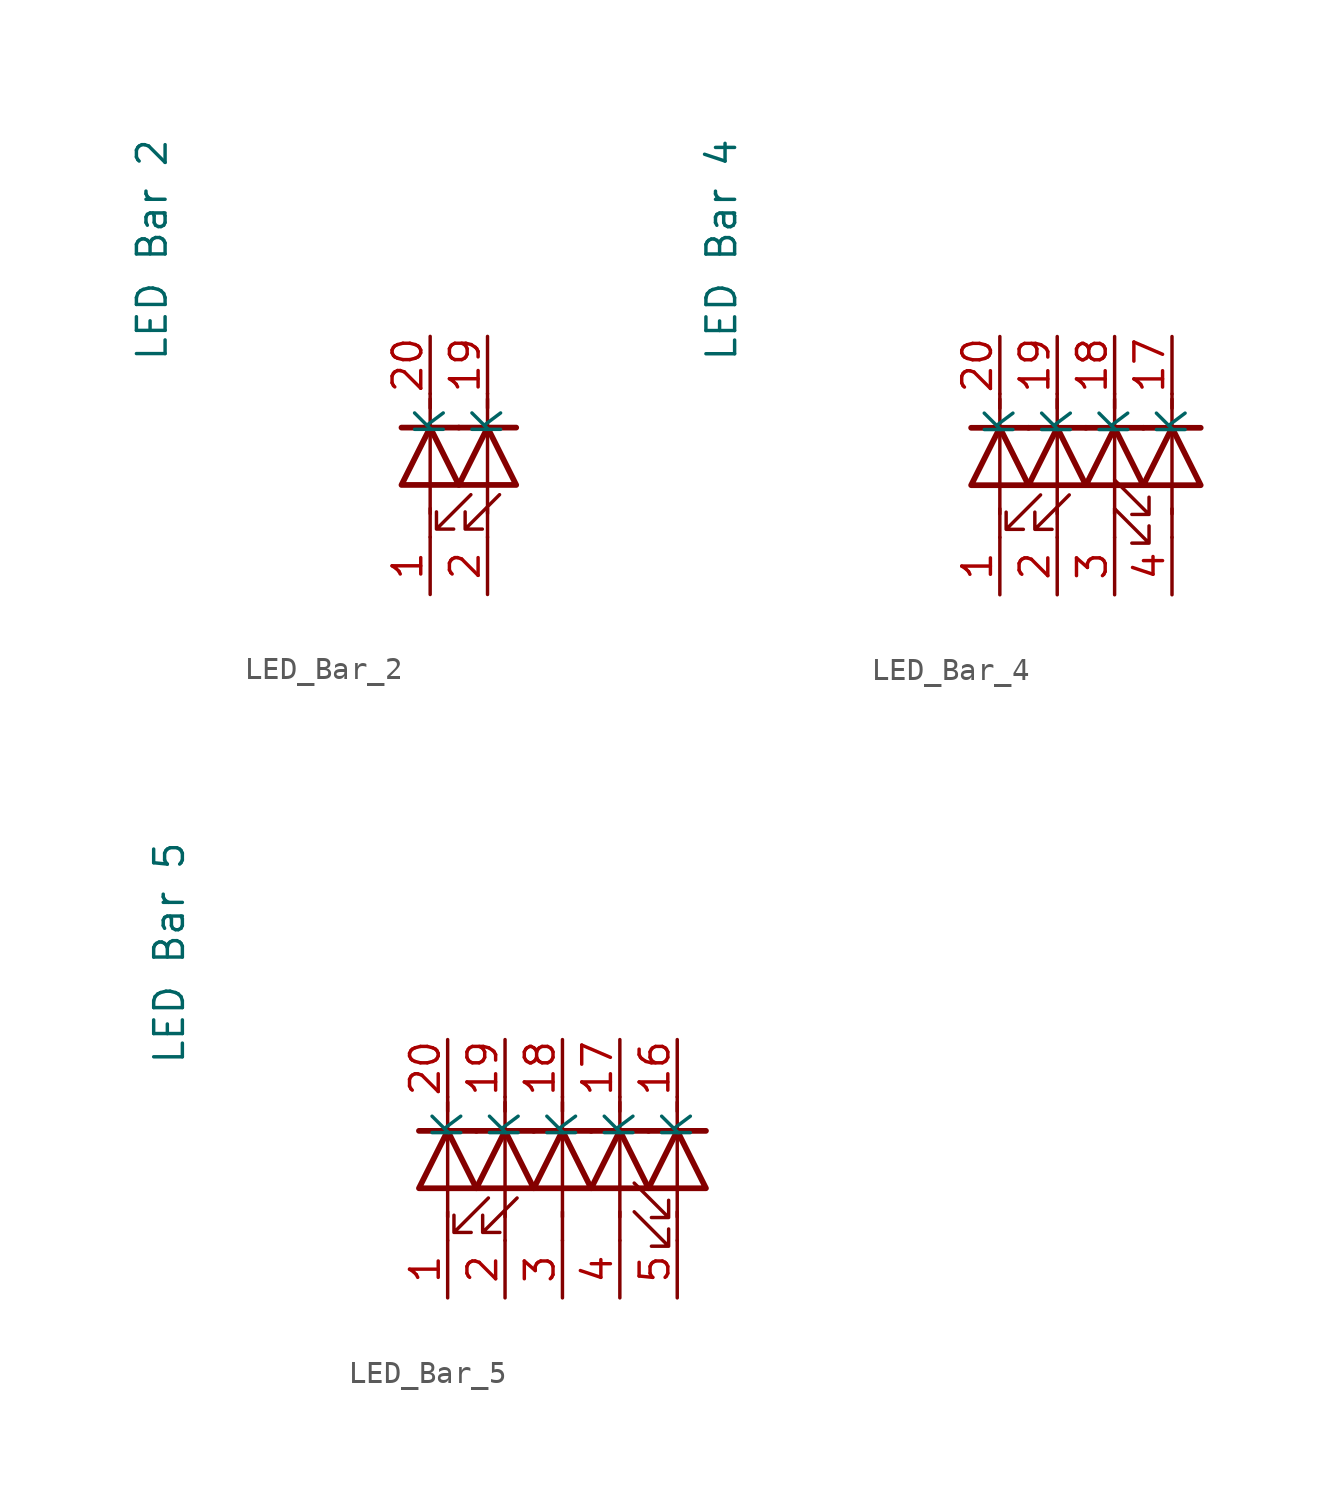
<source format=kicad_sym>
(kicad_symbol_lib
  (version 20220914)
  (generator kicad_symbol_editor)
  (symbol "LED_Bar_2"
    (property "Reference" "BAR"
      (at -23.495 -9.525 0)
      (effects (font (size 1.27 1.27)) hide))
    (property "Value" "LED Bar 2"
      (at -12.319 15.265 90)
      (effects (font (size 1.27 1.27))))
    (symbol "LED_Bar_2_0_1"
      (polyline (pts (xy 0 2.54) (xy 0 3.81)) (stroke (width 0) (type default)) (fill (type none)))
      (polyline (pts (xy 0 3.581) (xy 0 8.661)) (stroke (width 0) (type default)) (fill (type none)))
      (polyline (pts (xy 0 8.89) (xy 0 8.255)) (stroke (width 0) (type default)) (fill (type none)))
      (polyline (pts (xy 1.27 7.391) (xy -1.27 7.391)) (stroke (width 0.254) (type default)) (fill (type none)))
      (polyline (pts (xy 2.54 2.54) (xy 2.54 3.81)) (stroke (width 0) (type default)) (fill (type none)))
      (polyline (pts (xy 2.54 3.581) (xy 2.54 8.661)) (stroke (width 0) (type default)) (fill (type none)))
      (polyline (pts (xy 2.54 8.89) (xy 2.54 8.255)) (stroke (width 0) (type default)) (fill (type none)))
      (polyline (pts (xy 3.81 7.391) (xy 1.27 7.391)) (stroke (width 0.254) (type default)) (fill (type none)))
      (polyline (pts (xy -1.27 4.851) (xy 1.27 4.851) (xy 0 7.391) (xy -1.27 4.851)) (stroke (width 0.254) (type default)) (fill (type none)))
      (polyline (pts (xy 1.27 4.851) (xy 3.81 4.851) (xy 2.54 7.391) (xy 1.27 4.851)) (stroke (width 0.254) (type default)) (fill (type none)))
      (polyline (pts (xy 1.803 4.42) (xy 0.279 2.896) (xy 1.041 2.896) (xy 0.279 2.896) (xy 0.279 3.658)) (stroke (width 0) (type default)) (fill (type none)))
      (polyline (pts (xy 3.073 4.42) (xy 1.549 2.896) (xy 2.311 2.896) (xy 1.549 2.896) (xy 1.549 3.658)) (stroke (width 0) (type default)) (fill (type none))))
    (symbol "LED_Bar_2_1_1"
      (pin passive line (at 0 0 90) (length 2.54) (name "" (effects (font (size 1.27 1.27)))) (number "1" (effects (font (size 1.27 1.27)))))
      (pin passive line (at 2.54 11.43 270) (length 2.54) (name "K" (effects (font (size 1.27 1.27)))) (number "19" (effects (font (size 1.27 1.27)))))
      (pin passive line (at 2.54 0 90) (length 2.54) (name "" (effects (font (size 1.27 1.27)))) (number "2" (effects (font (size 1.27 1.27)))))
      (pin passive line (at 0 11.43 270) (length 2.54) (name "K" (effects (font (size 1.27 1.27)))) (number "20" (effects (font (size 1.27 1.27)))))))
  (symbol "LED_Bar_4"
    (property "Reference" "BAR"
      (at -23.495 -9.525 0)
      (effects (font (size 1.27 1.27)) hide))
    (property "Value" "LED Bar 4"
      (at -12.319 15.265 90)
      (effects (font (size 1.27 1.27))))
    (symbol "LED_Bar_4_0_1"
      (polyline (pts (xy 0 2.54) (xy 0 3.81)) (stroke (width 0) (type default)) (fill (type none)))
      (polyline (pts (xy 0 3.581) (xy 0 8.661)) (stroke (width 0) (type default)) (fill (type none)))
      (polyline (pts (xy 0 8.89) (xy 0 8.255)) (stroke (width 0) (type default)) (fill (type none)))
      (polyline (pts (xy 1.27 7.391) (xy -1.27 7.391)) (stroke (width 0.254) (type default)) (fill (type none)))
      (polyline (pts (xy 2.54 2.54) (xy 2.54 3.81)) (stroke (width 0) (type default)) (fill (type none)))
      (polyline (pts (xy 2.54 3.581) (xy 2.54 8.661)) (stroke (width 0) (type default)) (fill (type none)))
      (polyline (pts (xy 2.54 8.89) (xy 2.54 8.255)) (stroke (width 0) (type default)) (fill (type none)))
      (polyline (pts (xy 3.81 7.391) (xy 1.27 7.391)) (stroke (width 0.254) (type default)) (fill (type none)))
      (polyline (pts (xy 5.08 2.54) (xy 5.08 3.81)) (stroke (width 0) (type default)) (fill (type none)))
      (polyline (pts (xy 5.08 3.581) (xy 5.08 8.661)) (stroke (width 0) (type default)) (fill (type none)))
      (polyline (pts (xy 5.08 8.89) (xy 5.08 8.255)) (stroke (width 0) (type default)) (fill (type none)))
      (polyline (pts (xy 6.35 7.391) (xy 3.81 7.391)) (stroke (width 0.254) (type default)) (fill (type none)))
      (polyline (pts (xy 7.62 2.54) (xy 7.62 3.81)) (stroke (width 0) (type default)) (fill (type none)))
      (polyline (pts (xy 7.62 3.581) (xy 7.62 8.661)) (stroke (width 0) (type default)) (fill (type none)))
      (polyline (pts (xy 7.62 8.89) (xy 7.62 8.255)) (stroke (width 0) (type default)) (fill (type none)))
      (polyline (pts (xy 8.89 7.391) (xy 6.35 7.391)) (stroke (width 0.254) (type default)) (fill (type none)))
      (polyline (pts (xy -1.27 4.851) (xy 1.27 4.851) (xy 0 7.391) (xy -1.27 4.851)) (stroke (width 0.254) (type default)) (fill (type none)))
      (polyline (pts (xy 1.27 4.851) (xy 3.81 4.851) (xy 2.54 7.391) (xy 1.27 4.851)) (stroke (width 0.254) (type default)) (fill (type none)))
      (polyline (pts (xy 3.81 4.851) (xy 6.35 4.851) (xy 5.08 7.391) (xy 3.81 4.851)) (stroke (width 0.254) (type default)) (fill (type none)))
      (polyline (pts (xy 6.35 4.851) (xy 8.89 4.851) (xy 7.62 7.391) (xy 6.35 4.851)) (stroke (width 0.254) (type default)) (fill (type none)))
      (polyline (pts (xy 1.803 4.42) (xy 0.279 2.896) (xy 1.041 2.896) (xy 0.279 2.896) (xy 0.279 3.658)) (stroke (width 0) (type default)) (fill (type none)))
      (polyline (pts (xy 3.073 4.42) (xy 1.549 2.896) (xy 2.311 2.896) (xy 1.549 2.896) (xy 1.549 3.658)) (stroke (width 0) (type default)) (fill (type none)))
      (polyline (pts (xy 5.08 3.81) (xy 6.604 2.286) (xy 6.604 3.048) (xy 6.604 2.286) (xy 5.842 2.286)) (stroke (width 0) (type default)) (fill (type none)))
      (polyline (pts (xy 5.08 5.08) (xy 6.604 3.556) (xy 6.604 4.318) (xy 6.604 3.556) (xy 5.842 3.556)) (stroke (width 0) (type default)) (fill (type none))))
    (symbol "LED_Bar_4_1_1"
      (pin passive line (at 0 0 90) (length 2.54) (name "" (effects (font (size 1.27 1.27)))) (number "1" (effects (font (size 1.27 1.27)))))
      (pin passive line (at 7.62 11.43 270) (length 2.54) (name "K" (effects (font (size 1.27 1.27)))) (number "17" (effects (font (size 1.27 1.27)))))
      (pin passive line (at 5.08 11.43 270) (length 2.54) (name "K" (effects (font (size 1.27 1.27)))) (number "18" (effects (font (size 1.27 1.27)))))
      (pin passive line (at 2.54 11.43 270) (length 2.54) (name "K" (effects (font (size 1.27 1.27)))) (number "19" (effects (font (size 1.27 1.27)))))
      (pin passive line (at 2.54 0 90) (length 2.54) (name "" (effects (font (size 1.27 1.27)))) (number "2" (effects (font (size 1.27 1.27)))))
      (pin passive line (at 0 11.43 270) (length 2.54) (name "K" (effects (font (size 1.27 1.27)))) (number "20" (effects (font (size 1.27 1.27)))))
      (pin passive line (at 5.08 0 90) (length 2.54) (name "" (effects (font (size 1.27 1.27)))) (number "3" (effects (font (size 1.27 1.27)))))
      (pin passive line (at 7.62 0 90) (length 2.54) (name "" (effects (font (size 1.27 1.27)))) (number "4" (effects (font (size 1.27 1.27)))))))
  (symbol "LED_Bar_5"
    (property "Reference" "BAR"
      (at -23.495 -9.525 0)
      (effects (font (size 1.27 1.27)) hide))
    (property "Value" "LED Bar 5"
      (at -12.319 15.265 90)
      (effects (font (size 1.27 1.27))))
    (symbol "LED_Bar_5_0_1"
      (polyline (pts (xy 0 2.54) (xy 0 3.81)) (stroke (width 0) (type default)) (fill (type none)))
      (polyline (pts (xy 0 3.581) (xy 0 8.661)) (stroke (width 0) (type default)) (fill (type none)))
      (polyline (pts (xy 0 8.89) (xy 0 8.255)) (stroke (width 0) (type default)) (fill (type none)))
      (polyline (pts (xy 1.27 7.391) (xy -1.27 7.391)) (stroke (width 0.254) (type default)) (fill (type none)))
      (polyline (pts (xy 2.54 2.54) (xy 2.54 3.81)) (stroke (width 0) (type default)) (fill (type none)))
      (polyline (pts (xy 2.54 3.581) (xy 2.54 8.661)) (stroke (width 0) (type default)) (fill (type none)))
      (polyline (pts (xy 2.54 8.89) (xy 2.54 8.255)) (stroke (width 0) (type default)) (fill (type none)))
      (polyline (pts (xy 3.81 7.391) (xy 1.27 7.391)) (stroke (width 0.254) (type default)) (fill (type none)))
      (polyline (pts (xy 5.08 2.54) (xy 5.08 3.81)) (stroke (width 0) (type default)) (fill (type none)))
      (polyline (pts (xy 5.08 3.581) (xy 5.08 8.661)) (stroke (width 0) (type default)) (fill (type none)))
      (polyline (pts (xy 5.08 8.89) (xy 5.08 8.255)) (stroke (width 0) (type default)) (fill (type none)))
      (polyline (pts (xy 6.35 7.391) (xy 3.81 7.391)) (stroke (width 0.254) (type default)) (fill (type none)))
      (polyline (pts (xy 7.62 2.54) (xy 7.62 3.81)) (stroke (width 0) (type default)) (fill (type none)))
      (polyline (pts (xy 7.62 3.581) (xy 7.62 8.661)) (stroke (width 0) (type default)) (fill (type none)))
      (polyline (pts (xy 7.62 8.89) (xy 7.62 8.255)) (stroke (width 0) (type default)) (fill (type none)))
      (polyline (pts (xy 8.89 7.391) (xy 6.35 7.391)) (stroke (width 0.254) (type default)) (fill (type none)))
      (polyline (pts (xy 10.16 2.54) (xy 10.16 3.81)) (stroke (width 0) (type default)) (fill (type none)))
      (polyline (pts (xy 10.16 3.581) (xy 10.16 8.661)) (stroke (width 0) (type default)) (fill (type none)))
      (polyline (pts (xy 10.16 8.89) (xy 10.16 8.255)) (stroke (width 0) (type default)) (fill (type none)))
      (polyline (pts (xy 11.43 7.391) (xy 8.89 7.391)) (stroke (width 0.254) (type default)) (fill (type none)))
      (polyline (pts (xy -1.27 4.851) (xy 1.27 4.851) (xy 0 7.391) (xy -1.27 4.851)) (stroke (width 0.254) (type default)) (fill (type none)))
      (polyline (pts (xy 1.27 4.851) (xy 3.81 4.851) (xy 2.54 7.391) (xy 1.27 4.851)) (stroke (width 0.254) (type default)) (fill (type none)))
      (polyline (pts (xy 3.81 4.851) (xy 6.35 4.851) (xy 5.08 7.391) (xy 3.81 4.851)) (stroke (width 0.254) (type default)) (fill (type none)))
      (polyline (pts (xy 6.35 4.851) (xy 8.89 4.851) (xy 7.62 7.391) (xy 6.35 4.851)) (stroke (width 0.254) (type default)) (fill (type none)))
      (polyline (pts (xy 8.89 4.851) (xy 11.43 4.851) (xy 10.16 7.391) (xy 8.89 4.851)) (stroke (width 0.254) (type default)) (fill (type none)))
      (polyline (pts (xy 1.803 4.42) (xy 0.279 2.896) (xy 1.041 2.896) (xy 0.279 2.896) (xy 0.279 3.658)) (stroke (width 0) (type default)) (fill (type none)))
      (polyline (pts (xy 3.073 4.42) (xy 1.549 2.896) (xy 2.311 2.896) (xy 1.549 2.896) (xy 1.549 3.658)) (stroke (width 0) (type default)) (fill (type none)))
      (polyline (pts (xy 8.255 3.81) (xy 9.779 2.286) (xy 9.779 3.048) (xy 9.779 2.286) (xy 9.017 2.286)) (stroke (width 0) (type default)) (fill (type none)))
      (polyline (pts (xy 8.255 5.08) (xy 9.779 3.556) (xy 9.779 4.318) (xy 9.779 3.556) (xy 9.017 3.556)) (stroke (width 0) (type default)) (fill (type none))))
    (symbol "LED_Bar_5_1_1"
      (pin passive line (at 0 0 90) (length 2.54) (name "" (effects (font (size 1.27 1.27)))) (number "1" (effects (font (size 1.27 1.27)))))
      (pin passive line (at 10.16 11.43 270) (length 2.54) (name "K" (effects (font (size 1.27 1.27)))) (number "16" (effects (font (size 1.27 1.27)))))
      (pin passive line (at 7.62 11.43 270) (length 2.54) (name "K" (effects (font (size 1.27 1.27)))) (number "17" (effects (font (size 1.27 1.27)))))
      (pin passive line (at 5.08 11.43 270) (length 2.54) (name "K" (effects (font (size 1.27 1.27)))) (number "18" (effects (font (size 1.27 1.27)))))
      (pin passive line (at 2.54 11.43 270) (length 2.54) (name "K" (effects (font (size 1.27 1.27)))) (number "19" (effects (font (size 1.27 1.27)))))
      (pin passive line (at 2.54 0 90) (length 2.54) (name "" (effects (font (size 1.27 1.27)))) (number "2" (effects (font (size 1.27 1.27)))))
      (pin passive line (at 0 11.43 270) (length 2.54) (name "K" (effects (font (size 1.27 1.27)))) (number "20" (effects (font (size 1.27 1.27)))))
      (pin passive line (at 5.08 0 90) (length 2.54) (name "" (effects (font (size 1.27 1.27)))) (number "3" (effects (font (size 1.27 1.27)))))
      (pin passive line (at 7.62 0 90) (length 2.54) (name "" (effects (font (size 1.27 1.27)))) (number "4" (effects (font (size 1.27 1.27)))))
      (pin passive line (at 10.16 0 90) (length 2.54) (name "" (effects (font (size 1.27 1.27)))) (number "5" (effects (font (size 1.27 1.27))))))))
</source>
